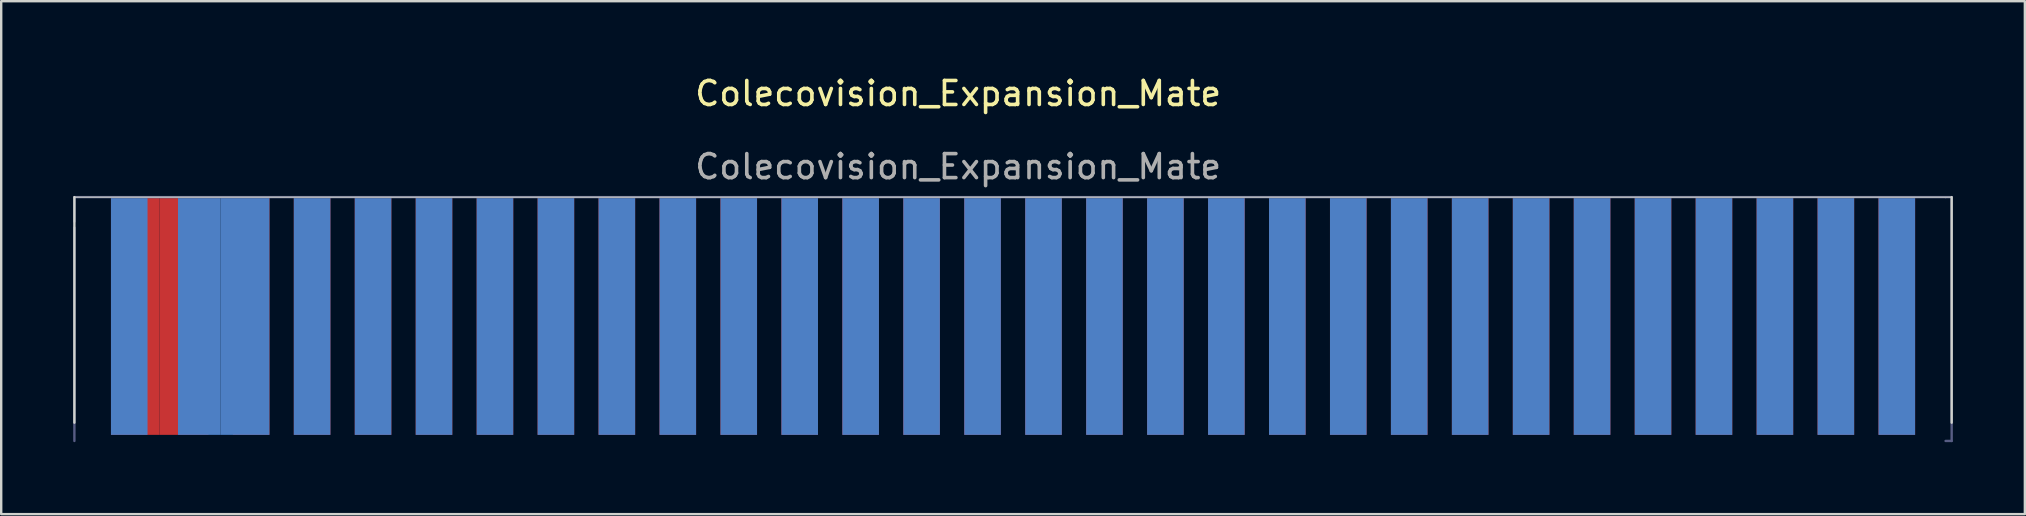
<source format=kicad_pcb>
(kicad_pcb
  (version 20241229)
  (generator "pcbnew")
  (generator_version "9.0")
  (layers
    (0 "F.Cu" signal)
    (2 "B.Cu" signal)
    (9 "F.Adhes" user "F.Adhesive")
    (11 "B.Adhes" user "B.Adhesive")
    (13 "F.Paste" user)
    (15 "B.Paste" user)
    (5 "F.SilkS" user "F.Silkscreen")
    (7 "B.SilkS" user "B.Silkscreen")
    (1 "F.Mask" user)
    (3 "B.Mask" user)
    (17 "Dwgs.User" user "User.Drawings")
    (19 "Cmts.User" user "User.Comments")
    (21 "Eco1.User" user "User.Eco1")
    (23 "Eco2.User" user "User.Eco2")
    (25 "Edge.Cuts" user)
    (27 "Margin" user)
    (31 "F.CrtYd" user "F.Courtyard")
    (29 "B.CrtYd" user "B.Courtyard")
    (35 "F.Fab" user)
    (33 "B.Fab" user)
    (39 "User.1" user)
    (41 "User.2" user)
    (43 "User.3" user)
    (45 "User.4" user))
  (footprint "Colecovision_Expansion_Mate"
    (layer "F.Cu")
    (at 36.626 12.024)
    (property "Reference" "Colecovision_Expansion_Mate" (at 0.254 -11.176 0) (layer "F.SilkS") (effects (font (size 1 1) (thickness 0.15))))
    (attr exclude_from_pos_files exclude_from_bom)
    (fp_rect (start -36.576 -6.858) (end 41.656 3.302) (stroke (width 0.1) (type solid)) (fill yes) (layer "F.Mask"))
    (fp_rect (start -36.576 -6.858) (end 41.656 3.302) (stroke (width 0.1) (type solid)) (fill yes) (layer "B.Mask"))
    (fp_line (start -36.576 2.54) (end -36.576 -6.858) (stroke (width 0.1) (type solid)) (layer "Edge.Cuts"))
    (fp_line (start 41.656 -6.858) (end -36.576 -6.858) (stroke (width 0.05) (type default)) (layer "Edge.Cuts"))
    (fp_line (start 41.656 -6.858) (end 41.656 2.54) (stroke (width 0.1) (type solid)) (layer "Edge.Cuts"))
    (fp_line (start -36.576 -6.858) (end 41.402 -6.858) (stroke (width 0.1) (type solid)) (layer "B.Fab"))
    (fp_line (start -36.576 -5.842) (end -36.576 -6.858) (stroke (width 0.1) (type solid)) (layer "B.Fab"))
    (fp_line (start -36.576 -5.588) (end -36.576 3.302) (stroke (width 0.1) (type solid)) (layer "B.Fab"))
    (fp_line (start 41.402 3.302) (end 41.656 3.302) (stroke (width 0.1) (type solid)) (layer "B.Fab"))
    (fp_line (start 41.656 -6.858) (end 41.402 -6.858) (stroke (width 0.1) (type solid)) (layer "B.Fab"))
    (fp_line (start 41.656 3.302) (end 41.656 -6.858) (stroke (width 0.1) (type solid)) (layer "B.Fab"))
    (fp_text user "${REFERENCE}" (at 0.254 -8.128 0) (layer "F.Fab") (effects (font (size 1 1) (thickness 0.15))))
    (pad "1" connect rect (at -34.036 -1.905) (size 2.032 9.906) (layers "F.Cu" "F.Mask"))
    (pad "2" connect rect (at -32.004 -1.905) (size 2.032 9.906) (layers "F.Cu" "F.Mask"))
    (pad "3" connect rect (at -29.21 -1.905) (size 1.524 9.906) (layers "F.Cu" "F.Mask"))
    (pad "4" connect rect (at -26.67 -1.905) (size 1.524 9.906) (layers "F.Cu" "F.Mask"))
    (pad "5" connect rect (at -24.13 -1.905) (size 1.524 9.906) (layers "F.Cu" "F.Mask"))
    (pad "6" connect rect (at -21.59 -1.905) (size 1.524 9.906) (layers "F.Cu" "F.Mask"))
    (pad "7" connect rect (at -19.05 -1.905) (size 1.524 9.906) (layers "F.Cu" "F.Mask"))
    (pad "8" connect rect (at -16.51 -1.905) (size 1.524 9.906) (layers "F.Cu" "F.Mask"))
    (pad "9" connect rect (at -13.97 -1.905) (size 1.524 9.906) (layers "F.Cu" "F.Mask"))
    (pad "10" connect rect (at -11.43 -1.905) (size 1.524 9.906) (layers "F.Cu" "F.Mask"))
    (pad "11" connect rect (at -8.89 -1.905) (size 1.524 9.906) (layers "F.Cu" "F.Mask"))
    (pad "12" connect rect (at -6.35 -1.905) (size 1.524 9.906) (layers "F.Cu" "F.Mask"))
    (pad "13" connect rect (at -3.81 -1.905) (size 1.524 9.906) (layers "F.Cu" "F.Mask"))
    (pad "14" connect rect (at -1.27 -1.905) (size 1.524 9.906) (layers "F.Cu" "F.Mask"))
    (pad "15" connect rect (at 1.27 -1.905) (size 1.524 9.906) (layers "F.Cu" "F.Mask"))
    (pad "16" connect rect (at 3.81 -1.905) (size 1.524 9.906) (layers "F.Cu" "F.Mask"))
    (pad "17" connect rect (at 6.35 -1.905) (size 1.524 9.906) (layers "F.Cu" "F.Mask"))
    (pad "18" connect rect (at 8.89 -1.905) (size 1.524 9.906) (layers "F.Cu" "F.Mask"))
    (pad "19" connect rect (at 11.43 -1.905) (size 1.524 9.906) (layers "F.Cu" "F.Mask"))
    (pad "20" connect rect (at 13.97 -1.905) (size 1.524 9.906) (layers "F.Cu" "F.Mask"))
    (pad "21" connect rect (at 16.51 -1.905) (size 1.524 9.906) (layers "F.Cu" "F.Mask"))
    (pad "22" connect rect (at 19.05 -1.905) (size 1.524 9.906) (layers "F.Cu" "F.Mask"))
    (pad "23" connect rect (at 21.59 -1.905) (size 1.524 9.906) (layers "F.Cu" "F.Mask"))
    (pad "24" connect rect (at 24.13 -1.905) (size 1.524 9.906) (layers "F.Cu" "F.Mask"))
    (pad "25" connect rect (at 26.67 -1.905) (size 1.524 9.906) (layers "F.Cu" "F.Mask"))
    (pad "26" connect rect (at 29.21 -1.905) (size 1.524 9.906) (layers "F.Cu" "F.Mask"))
    (pad "27" connect rect (at 31.75 -1.905) (size 1.524 9.906) (layers "F.Cu" "F.Mask"))
    (pad "28" connect rect (at 34.29 -1.905) (size 1.524 9.906) (layers "F.Cu" "F.Mask"))
    (pad "29" connect rect (at 36.83 -1.905) (size 1.524 9.906) (layers "F.Cu" "F.Mask"))
    (pad "30" connect rect (at 39.37 -1.905) (size 1.524 9.906) (layers "F.Cu" "F.Mask"))
    (pad "31" connect rect (at 39.37 -1.905) (size 1.524 9.906) (layers "B.Cu" "B.Mask"))
    (pad "32" connect rect (at 36.83 -1.905) (size 1.524 9.906) (layers "B.Cu" "B.Mask"))
    (pad "33" connect rect (at 34.29 -1.905) (size 1.524 9.906) (layers "B.Cu" "B.Mask"))
    (pad "34" connect rect (at 31.75 -1.905) (size 1.524 9.906) (layers "B.Cu" "B.Mask"))
    (pad "35" connect rect (at 29.21 -1.905) (size 1.524 9.906) (layers "B.Cu" "B.Mask"))
    (pad "36" connect rect (at 26.67 -1.905) (size 1.524 9.906) (layers "B.Cu" "B.Mask"))
    (pad "37" connect rect (at 24.13 -1.905) (size 1.524 9.906) (layers "B.Cu" "B.Mask"))
    (pad "38" connect rect (at 21.59 -1.905) (size 1.524 9.906) (layers "B.Cu" "B.Mask"))
    (pad "39" connect rect (at 19.05 -1.905) (size 1.524 9.906) (layers "B.Cu" "B.Mask"))
    (pad "40" connect rect (at 16.51 -1.905) (size 1.524 9.906) (layers "B.Cu" "B.Mask"))
    (pad "41" connect rect (at 13.97 -1.905) (size 1.524 9.906) (layers "B.Cu" "B.Mask"))
    (pad "42" connect rect (at 11.43 -1.905) (size 1.524 9.906) (layers "B.Cu" "B.Mask"))
    (pad "43" connect rect (at 8.89 -1.905) (size 1.524 9.906) (layers "B.Cu" "B.Mask"))
    (pad "44" connect rect (at 6.35 -1.905) (size 1.524 9.906) (layers "B.Cu" "B.Mask"))
    (pad "45" connect rect (at 3.81 -1.905) (size 1.524 9.906) (layers "B.Cu" "B.Mask"))
    (pad "46" connect rect (at 1.27 -1.905) (size 1.524 9.906) (layers "B.Cu" "B.Mask"))
    (pad "47" connect rect (at -1.27 -1.905) (size 1.524 9.906) (layers "B.Cu" "B.Mask"))
    (pad "48" connect rect (at -3.81 -1.905) (size 1.524 9.906) (layers "B.Cu" "B.Mask"))
    (pad "49" connect rect (at -6.35 -1.905) (size 1.524 9.906) (layers "B.Cu" "B.Mask"))
    (pad "50" connect rect (at -8.89 -1.905) (size 1.524 9.906) (layers "B.Cu" "B.Mask"))
    (pad "51" connect rect (at -11.43 -1.905) (size 1.524 9.906) (layers "B.Cu" "B.Mask"))
    (pad "52" connect rect (at -13.97 -1.905) (size 1.524 9.906) (layers "B.Cu" "B.Mask"))
    (pad "53" connect rect (at -16.51 -1.905) (size 1.524 9.906) (layers "B.Cu" "B.Mask"))
    (pad "54" connect rect (at -19.05 -1.905) (size 1.524 9.906) (layers "B.Cu" "B.Mask"))
    (pad "55" connect rect (at -21.59 -1.905) (size 1.524 9.906) (layers "B.Cu" "B.Mask"))
    (pad "56" connect rect (at -24.13 -1.905) (size 1.524 9.906) (layers "B.Cu" "B.Mask"))
    (pad "57" connect rect (at -26.67 -1.905) (size 1.524 9.906) (layers "B.Cu" "B.Mask"))
    (pad "58" connect rect (at -29.464 -1.905) (size 2.032 9.906) (layers "B.Cu" "B.Mask"))
    (pad "59" connect rect (at -31.369 -1.905) (size 1.778 9.906) (layers "B.Cu" "B.Mask"))
    (pad "60" connect rect (at -34.29 -1.905) (size 1.524 9.906) (layers "B.Cu" "B.Mask")))
  (gr_rect
    (start -3 -3)
    (end 81.332 18.376)
    (stroke (width 0.1) (type default))
    (fill no)
    (layer "Edge.Cuts")))
</source>
